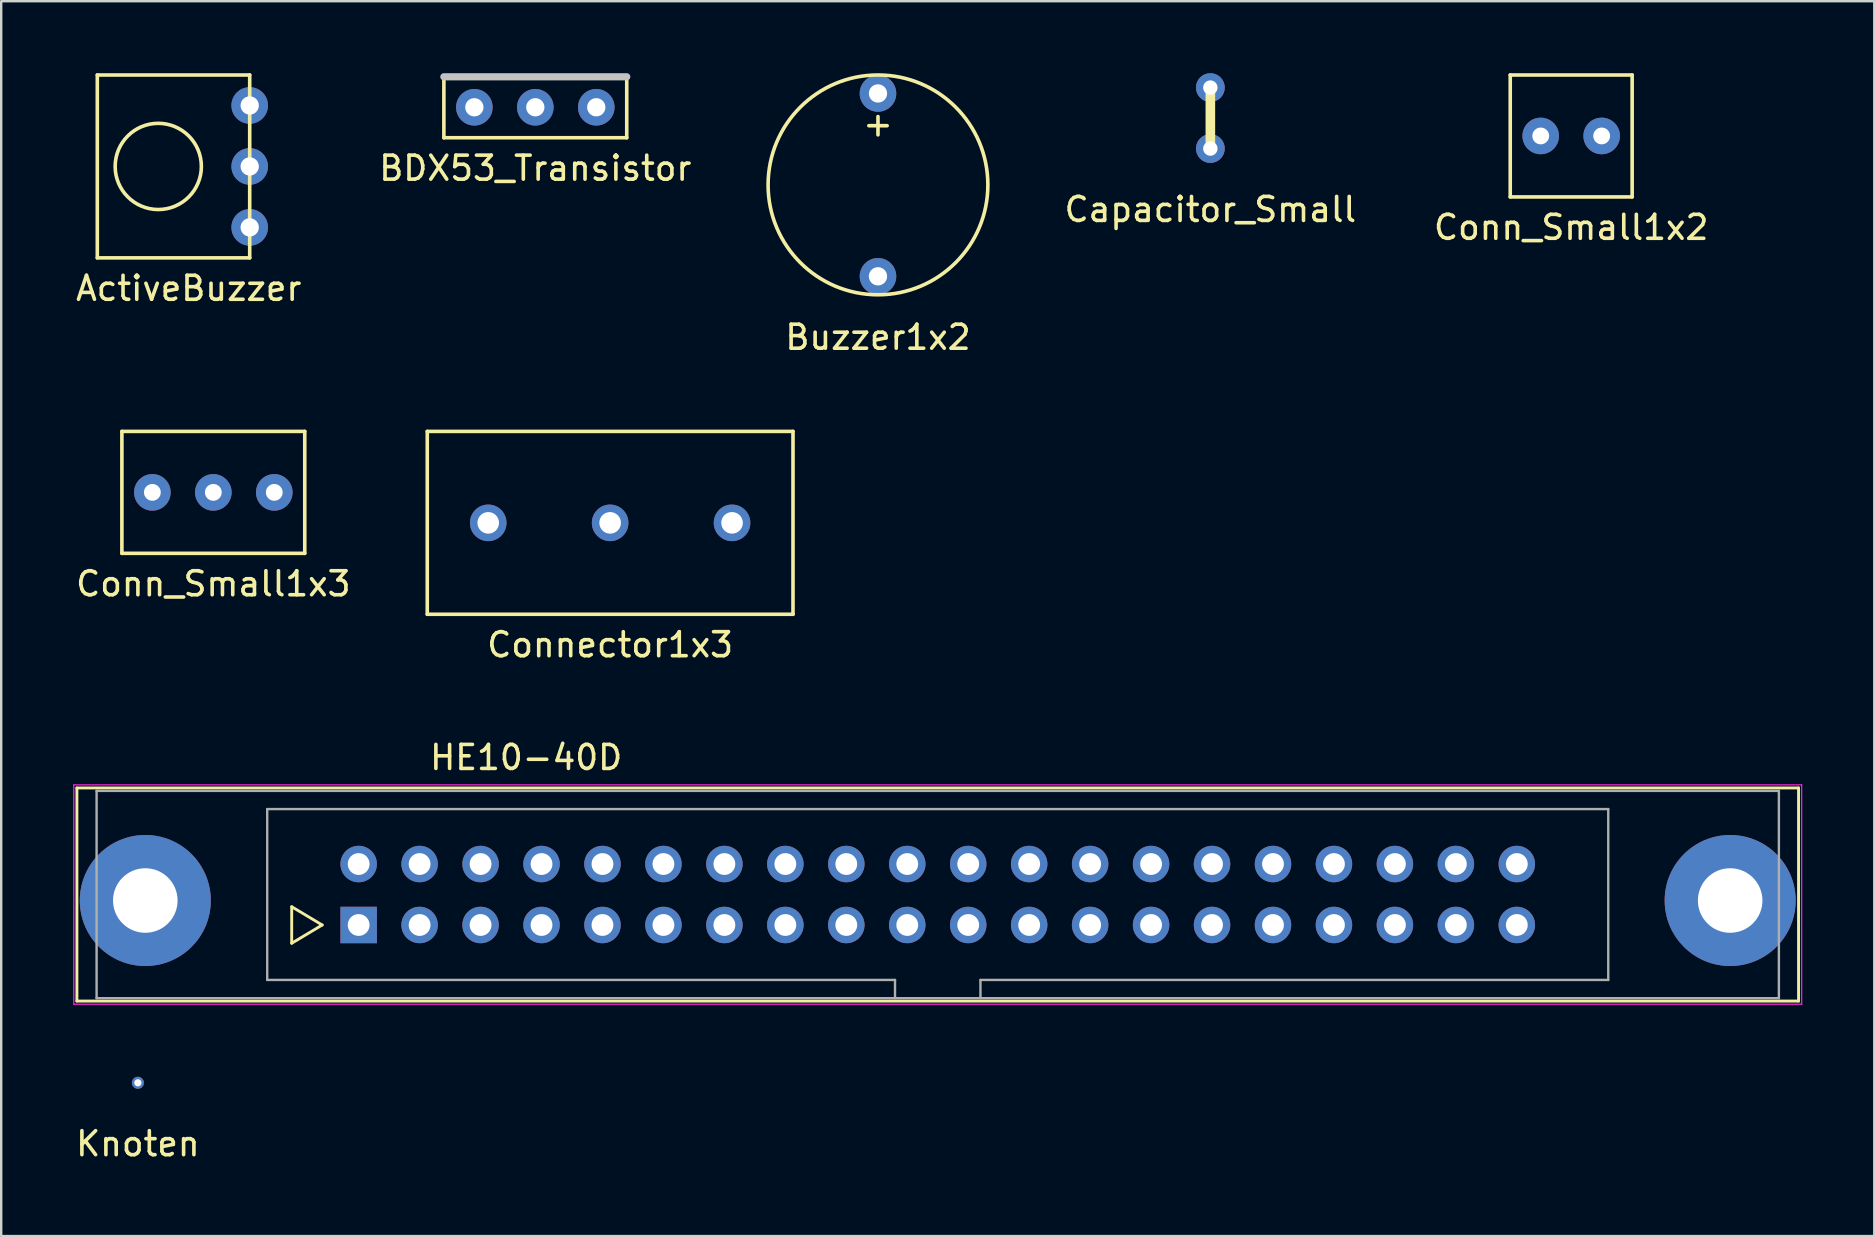
<source format=kicad_pcb>
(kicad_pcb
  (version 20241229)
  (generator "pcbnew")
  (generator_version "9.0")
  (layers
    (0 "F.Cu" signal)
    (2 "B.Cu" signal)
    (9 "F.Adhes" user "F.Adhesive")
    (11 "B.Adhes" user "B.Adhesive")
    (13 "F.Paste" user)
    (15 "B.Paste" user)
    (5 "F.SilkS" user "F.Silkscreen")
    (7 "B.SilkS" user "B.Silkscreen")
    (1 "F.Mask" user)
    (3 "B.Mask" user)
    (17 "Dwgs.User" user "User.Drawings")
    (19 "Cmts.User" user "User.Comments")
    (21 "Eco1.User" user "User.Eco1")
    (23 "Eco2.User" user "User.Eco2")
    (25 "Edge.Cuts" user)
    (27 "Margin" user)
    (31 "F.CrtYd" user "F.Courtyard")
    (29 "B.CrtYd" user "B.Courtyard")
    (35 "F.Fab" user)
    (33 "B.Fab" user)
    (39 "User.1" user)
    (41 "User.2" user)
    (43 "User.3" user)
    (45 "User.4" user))
  (footprint "BDX53_Transistor"
    (layer "F.Cu")
    (at 19.256 1.42)
    (property "Reference" "BDX53_Transistor" (at 0 2.54 0) (layer "F.SilkS") (effects (font (size 1 1) (thickness 0.15))))
    (attr through_hole)
    (fp_line (start -3.81 -1.27) (end -3.81 1.27) (stroke (width 0.15) (type solid)) (layer "F.SilkS"))
    (fp_line (start -3.81 1.27) (end 3.81 1.27) (stroke (width 0.15) (type solid)) (layer "F.SilkS"))
    (fp_line (start 3.81 -1.27) (end -3.81 -1.27) (stroke (width 0.15) (type solid)) (layer "F.SilkS"))
    (fp_line (start 3.81 1.27) (end 3.81 -1.27) (stroke (width 0.15) (type solid)) (layer "F.SilkS"))
    (fp_line (start -3.81 -1.27) (end 3.81 -1.27) (stroke (width 0.3) (type solid)) (layer "Dwgs.User"))
    (pad "1" thru_hole circle (at -2.54 0) (size 1.524 1.524) (drill 0.762) (layers "*.Cu" "*.Mask"))
    (pad "2" thru_hole circle (at 0 0) (size 1.524 1.524) (drill 0.762) (layers "*.Cu" "*.Mask"))
    (pad "3" thru_hole circle (at 2.54 0) (size 1.524 1.524) (drill 0.762) (layers "*.Cu" "*.Mask")))
  (footprint "Connector1x3"
    (layer "F.Cu")
    (at 22.374 18.737)
    (property "Reference" "Connector1x3" (at 0 5.08 0) (layer "F.SilkS") (effects (font (size 1 1) (thickness 0.15))))
    (attr through_hole)
    (fp_line (start -7.62 -3.81) (end 7.62 -3.81) (stroke (width 0.15) (type solid)) (layer "F.SilkS"))
    (fp_line (start -7.62 3.81) (end -7.62 -3.81) (stroke (width 0.15) (type solid)) (layer "F.SilkS"))
    (fp_line (start -7.62 3.81) (end 7.62 3.81) (stroke (width 0.15) (type solid)) (layer "F.SilkS"))
    (fp_line (start 7.62 -3.81) (end 7.62 3.81) (stroke (width 0.15) (type solid)) (layer "F.SilkS"))
    (pad "1" thru_hole circle (at -5.08 0) (size 1.524 1.524) (drill 0.9) (layers "*.Cu" "*.Mask"))
    (pad "2" thru_hole circle (at 0 0) (size 1.524 1.524) (drill 0.9) (layers "*.Cu" "*.Mask"))
    (pad "3" thru_hole circle (at 5.08 0) (size 1.524 1.524) (drill 0.9) (layers "*.Cu" "*.Mask")))
  (footprint "Conn_Small1x3"
    (layer "F.Cu")
    (at 5.839 17.467)
    (property "Reference" "Conn_Small1x3" (at 0 3.81 0) (layer "F.SilkS") (effects (font (size 1 1) (thickness 0.15))))
    (attr through_hole)
    (fp_line (start -3.81 -2.54) (end -3.81 2.54) (stroke (width 0.15) (type solid)) (layer "F.SilkS"))
    (fp_line (start -3.81 2.54) (end 3.81 2.54) (stroke (width 0.15) (type solid)) (layer "F.SilkS"))
    (fp_line (start 3.81 -2.54) (end -3.81 -2.54) (stroke (width 0.15) (type solid)) (layer "F.SilkS"))
    (fp_line (start 3.81 2.54) (end 3.81 -2.54) (stroke (width 0.15) (type solid)) (layer "F.SilkS"))
    (pad "1" thru_hole circle (at -2.54 0) (size 1.524 1.524) (drill 0.7) (layers "*.Cu" "*.Mask"))
    (pad "2" thru_hole circle (at 0 0) (size 1.524 1.524) (drill 0.7) (layers "*.Cu" "*.Mask"))
    (pad "3" thru_hole circle (at 2.54 0) (size 1.524 1.524) (drill 0.7) (layers "*.Cu" "*.Mask")))
  (footprint "Buzzer1x2"
    (layer "F.Cu")
    (at 33.535 4.654)
    (property "Reference" "Buzzer1x2" (at 0 6.35 0) (layer "F.SilkS") (effects (font (size 1 1) (thickness 0.15))))
    (attr through_hole)
    (fp_circle (center 0 0) (end -2.54 -3.81) (stroke (width 0.15) (type solid)) (fill no) (layer "F.SilkS"))
    (fp_text user "+" (at 0 -2.54 0) (layer "F.SilkS") (effects (font (size 1 1) (thickness 0.15))))
    (pad "1" thru_hole circle (at 0 -3.81) (size 1.524 1.524) (drill 0.762) (layers "*.Cu" "*.Mask"))
    (pad "2" thru_hole circle (at 0 3.81) (size 1.524 1.524) (drill 0.762) (layers "*.Cu" "*.Mask")))
  (footprint "Capacitor_Small"
    (layer "F.Cu")
    (at 47.385 1.87)
    (property "Reference" "Capacitor_Small" (at 0 3.81 0) (layer "F.SilkS") (effects (font (size 1 1) (thickness 0.15))))
    (attr through_hole)
    (fp_line (start 0 -1.27) (end 0 1.27) (stroke (width 0.4) (type solid)) (layer "F.SilkS"))
    (pad "1" thru_hole circle (at 0 -1.27) (size 1.2 1.2) (drill 0.6) (layers "*.Cu" "*.Mask"))
    (pad "2" thru_hole circle (at 0 1.27) (size 1.2 1.2) (drill 0.6) (layers "*.Cu" "*.Mask")))
  (footprint "ActiveBuzzer"
    (layer "F.Cu")
    (at 4.815 3.885)
    (property "Reference" "ActiveBuzzer" (at 0 5.08 0) (layer "F.SilkS") (effects (font (size 1 1) (thickness 0.15))))
    (attr through_hole)
    (fp_line (start -3.81 -3.81) (end -3.81 3.81) (stroke (width 0.15) (type solid)) (layer "F.SilkS"))
    (fp_line (start -3.81 3.81) (end 2.54 3.81) (stroke (width 0.15) (type solid)) (layer "F.SilkS"))
    (fp_line (start 2.54 -3.81) (end -3.81 -3.81) (stroke (width 0.15) (type solid)) (layer "F.SilkS"))
    (fp_line (start 2.54 3.81) (end 2.54 -3.81) (stroke (width 0.15) (type solid)) (layer "F.SilkS"))
    (fp_circle (center -1.27 0) (end 0 -1.27) (stroke (width 0.15) (type solid)) (fill no) (layer "F.SilkS"))
    (pad "1" thru_hole circle (at 2.54 -2.54) (size 1.524 1.524) (drill 0.762) (layers "*.Cu" "*.Mask"))
    (pad "2" thru_hole circle (at 2.54 0) (size 1.524 1.524) (drill 0.762) (layers "*.Cu" "*.Mask"))
    (pad "3" thru_hole circle (at 2.54 2.54) (size 1.524 1.524) (drill 0.762) (layers "*.Cu" "*.Mask")))
  (footprint "HE10-40D"
    (layer "F.Cu")
    (at 11.895 35.494)
    (property "Reference" "HE10-40D" (at 6.98 -6.98 0) (layer "F.SilkS") (effects (font (size 1 1) (thickness 0.15))))
    (attr through_hole)
    (fp_line (start -11.74 -5.71) (end -11.74 3.17) (stroke (width 0.12) (type solid)) (layer "F.SilkS"))
    (fp_line (start -11.74 -5.71) (end 60 -5.71) (stroke (width 0.12) (type solid)) (layer "F.SilkS"))
    (fp_line (start -2.79 -0.76) (end -2.79 0.76) (stroke (width 0.12) (type solid)) (layer "F.SilkS"))
    (fp_line (start -2.79 0.76) (end -1.52 0) (stroke (width 0.12) (type solid)) (layer "F.SilkS"))
    (fp_line (start -1.52 0) (end -2.79 -0.76) (stroke (width 0.12) (type solid)) (layer "F.SilkS"))
    (fp_line (start 60 3.17) (end -11.74 3.17) (stroke (width 0.12) (type solid)) (layer "F.SilkS"))
    (fp_line (start 60 3.17) (end 60 -5.71) (stroke (width 0.12) (type solid)) (layer "F.SilkS"))
    (fp_line (start -11.87 -5.84) (end -11.87 3.3) (stroke (width 0.05) (type solid)) (layer "F.CrtYd"))
    (fp_line (start -11.87 -5.84) (end 60.13 -5.84) (stroke (width 0.05) (type solid)) (layer "F.CrtYd"))
    (fp_line (start 60.13 3.3) (end -11.87 3.3) (stroke (width 0.05) (type solid)) (layer "F.CrtYd"))
    (fp_line (start 60.13 3.3) (end 60.13 -5.84) (stroke (width 0.05) (type solid)) (layer "F.CrtYd"))
    (fp_line (start -10.92 -5.59) (end -10.92 3.05) (stroke (width 0.1) (type solid)) (layer "F.Fab"))
    (fp_line (start -10.92 3.05) (end 59.18 3.05) (stroke (width 0.1) (type solid)) (layer "F.Fab"))
    (fp_line (start -3.81 -4.83) (end 52.07 -4.83) (stroke (width 0.1) (type solid)) (layer "F.Fab"))
    (fp_line (start -3.81 2.29) (end -3.81 -4.83) (stroke (width 0.1) (type solid)) (layer "F.Fab"))
    (fp_line (start 22.35 2.29) (end -3.81 2.29) (stroke (width 0.1) (type solid)) (layer "F.Fab"))
    (fp_line (start 22.35 3.05) (end 22.35 2.29) (stroke (width 0.1) (type solid)) (layer "F.Fab"))
    (fp_line (start 25.91 2.29) (end 25.91 3.05) (stroke (width 0.1) (type solid)) (layer "F.Fab"))
    (fp_line (start 52.07 -4.83) (end 52.07 2.29) (stroke (width 0.1) (type solid)) (layer "F.Fab"))
    (fp_line (start 52.07 2.29) (end 25.91 2.29) (stroke (width 0.1) (type solid)) (layer "F.Fab"))
    (fp_line (start 59.18 -5.59) (end -10.92 -5.59) (stroke (width 0.1) (type solid)) (layer "F.Fab"))
    (fp_line (start 59.18 3.05) (end 59.18 -5.59) (stroke (width 0.1) (type solid)) (layer "F.Fab"))
    (pad "" thru_hole circle (at -8.89 -1.02) (size 5.46 5.46) (drill 2.69) (layers "*.Cu" "*.Mask"))
    (pad "" thru_hole circle (at 57.15 -1.02) (size 5.46 5.46) (drill 2.69) (layers "*.Cu" "*.Mask"))
    (pad "1" thru_hole rect (at 0 0) (size 1.52 1.52) (drill 0.91) (layers "*.Cu" "*.Mask"))
    (pad "2" thru_hole circle (at 0 -2.54) (size 1.52 1.52) (drill 0.91) (layers "*.Cu" "*.Mask"))
    (pad "3" thru_hole circle (at 2.54 0) (size 1.52 1.52) (drill 0.91) (layers "*.Cu" "*.Mask"))
    (pad "4" thru_hole circle (at 2.54 -2.54) (size 1.52 1.52) (drill 0.91) (layers "*.Cu" "*.Mask"))
    (pad "5" thru_hole circle (at 5.08 0) (size 1.52 1.52) (drill 0.91) (layers "*.Cu" "*.Mask"))
    (pad "6" thru_hole circle (at 5.08 -2.54) (size 1.52 1.52) (drill 0.91) (layers "*.Cu" "*.Mask"))
    (pad "7" thru_hole circle (at 7.62 0) (size 1.52 1.52) (drill 0.91) (layers "*.Cu" "*.Mask"))
    (pad "8" thru_hole circle (at 7.62 -2.54) (size 1.52 1.52) (drill 0.91) (layers "*.Cu" "*.Mask"))
    (pad "9" thru_hole circle (at 10.16 0) (size 1.52 1.52) (drill 0.91) (layers "*.Cu" "*.Mask"))
    (pad "10" thru_hole circle (at 10.16 -2.54) (size 1.52 1.52) (drill 0.91) (layers "*.Cu" "*.Mask"))
    (pad "11" thru_hole circle (at 12.7 0) (size 1.52 1.52) (drill 0.91) (layers "*.Cu" "*.Mask"))
    (pad "12" thru_hole circle (at 12.7 -2.54) (size 1.52 1.52) (drill 0.91) (layers "*.Cu" "*.Mask"))
    (pad "13" thru_hole circle (at 15.24 0) (size 1.52 1.52) (drill 0.91) (layers "*.Cu" "*.Mask"))
    (pad "14" thru_hole circle (at 15.24 -2.54) (size 1.52 1.52) (drill 0.91) (layers "*.Cu" "*.Mask"))
    (pad "15" thru_hole circle (at 17.78 0) (size 1.52 1.52) (drill 0.91) (layers "*.Cu" "*.Mask"))
    (pad "16" thru_hole circle (at 17.78 -2.54) (size 1.52 1.52) (drill 0.91) (layers "*.Cu" "*.Mask"))
    (pad "17" thru_hole circle (at 20.32 0) (size 1.52 1.52) (drill 0.91) (layers "*.Cu" "*.Mask"))
    (pad "18" thru_hole circle (at 20.32 -2.54) (size 1.52 1.52) (drill 0.91) (layers "*.Cu" "*.Mask"))
    (pad "19" thru_hole circle (at 22.86 0) (size 1.52 1.52) (drill 0.91) (layers "*.Cu" "*.Mask"))
    (pad "20" thru_hole circle (at 22.86 -2.54) (size 1.52 1.52) (drill 0.91) (layers "*.Cu" "*.Mask"))
    (pad "21" thru_hole circle (at 25.4 0) (size 1.52 1.52) (drill 0.91) (layers "*.Cu" "*.Mask"))
    (pad "22" thru_hole circle (at 25.4 -2.54) (size 1.52 1.52) (drill 0.91) (layers "*.Cu" "*.Mask"))
    (pad "23" thru_hole circle (at 27.94 0) (size 1.52 1.52) (drill 0.91) (layers "*.Cu" "*.Mask"))
    (pad "24" thru_hole circle (at 27.94 -2.54) (size 1.52 1.52) (drill 0.91) (layers "*.Cu" "*.Mask"))
    (pad "25" thru_hole circle (at 30.48 0) (size 1.52 1.52) (drill 0.91) (layers "*.Cu" "*.Mask"))
    (pad "26" thru_hole circle (at 30.48 -2.54) (size 1.52 1.52) (drill 0.91) (layers "*.Cu" "*.Mask"))
    (pad "27" thru_hole circle (at 33.02 0) (size 1.52 1.52) (drill 0.91) (layers "*.Cu" "*.Mask"))
    (pad "28" thru_hole circle (at 33.02 -2.54) (size 1.52 1.52) (drill 0.91) (layers "*.Cu" "*.Mask"))
    (pad "29" thru_hole circle (at 35.56 0) (size 1.52 1.52) (drill 0.91) (layers "*.Cu" "*.Mask"))
    (pad "30" thru_hole circle (at 35.56 -2.54) (size 1.52 1.52) (drill 0.91) (layers "*.Cu" "*.Mask"))
    (pad "31" thru_hole circle (at 38.1 0) (size 1.52 1.52) (drill 0.91) (layers "*.Cu" "*.Mask"))
    (pad "32" thru_hole circle (at 38.1 -2.54) (size 1.52 1.52) (drill 0.91) (layers "*.Cu" "*.Mask"))
    (pad "33" thru_hole circle (at 40.64 0) (size 1.52 1.52) (drill 0.91) (layers "*.Cu" "*.Mask"))
    (pad "34" thru_hole circle (at 40.64 -2.54) (size 1.52 1.52) (drill 0.91) (layers "*.Cu" "*.Mask"))
    (pad "35" thru_hole circle (at 43.18 0) (size 1.52 1.52) (drill 0.91) (layers "*.Cu" "*.Mask"))
    (pad "36" thru_hole circle (at 43.18 -2.54) (size 1.52 1.52) (drill 0.91) (layers "*.Cu" "*.Mask"))
    (pad "37" thru_hole circle (at 45.72 0) (size 1.52 1.52) (drill 0.91) (layers "*.Cu" "*.Mask"))
    (pad "38" thru_hole circle (at 45.72 -2.54) (size 1.52 1.52) (drill 0.91) (layers "*.Cu" "*.Mask"))
    (pad "39" thru_hole circle (at 48.26 0) (size 1.52 1.52) (drill 0.91) (layers "*.Cu" "*.Mask"))
    (pad "40" thru_hole circle (at 48.26 -2.54) (size 1.52 1.52) (drill 0.91) (layers "*.Cu" "*.Mask")))
  (footprint "Conn_Small1x2"
    (layer "F.Cu")
    (at 62.421 2.615)
    (property "Reference" "Conn_Small1x2" (at 0 3.81 0) (layer "F.SilkS") (effects (font (size 1 1) (thickness 0.15))))
    (attr through_hole)
    (fp_line (start -2.54 -2.54) (end 2.54 -2.54) (stroke (width 0.15) (type solid)) (layer "F.SilkS"))
    (fp_line (start -2.54 2.54) (end -2.54 -2.54) (stroke (width 0.15) (type solid)) (layer "F.SilkS"))
    (fp_line (start 2.54 -2.54) (end 2.54 2.54) (stroke (width 0.15) (type solid)) (layer "F.SilkS"))
    (fp_line (start 2.54 2.54) (end -2.54 2.54) (stroke (width 0.15) (type solid)) (layer "F.SilkS"))
    (pad "1" thru_hole circle (at -1.27 0) (size 1.524 1.524) (drill 0.7) (layers "*.Cu" "*.Mask"))
    (pad "2" thru_hole circle (at 1.27 0) (size 1.524 1.524) (drill 0.7) (layers "*.Cu" "*.Mask")))
  (footprint "Knoten"
    (layer "F.Cu")
    (at 2.696 42.069)
    (property "Reference" "Knoten" (at 0 2.54 0) (layer "F.SilkS") (effects (font (size 1 1) (thickness 0.15))))
    (attr through_hole)
    (pad "1" thru_hole circle (at 0 0) (size 0.5 0.5) (drill 0.3) (layers "*.Cu" "*.Mask")))
  (gr_rect
    (start -3 -3)
    (end 75.05 48.457)
    (stroke (width 0.1) (type default))
    (fill no)
    (layer "Edge.Cuts")))
</source>
